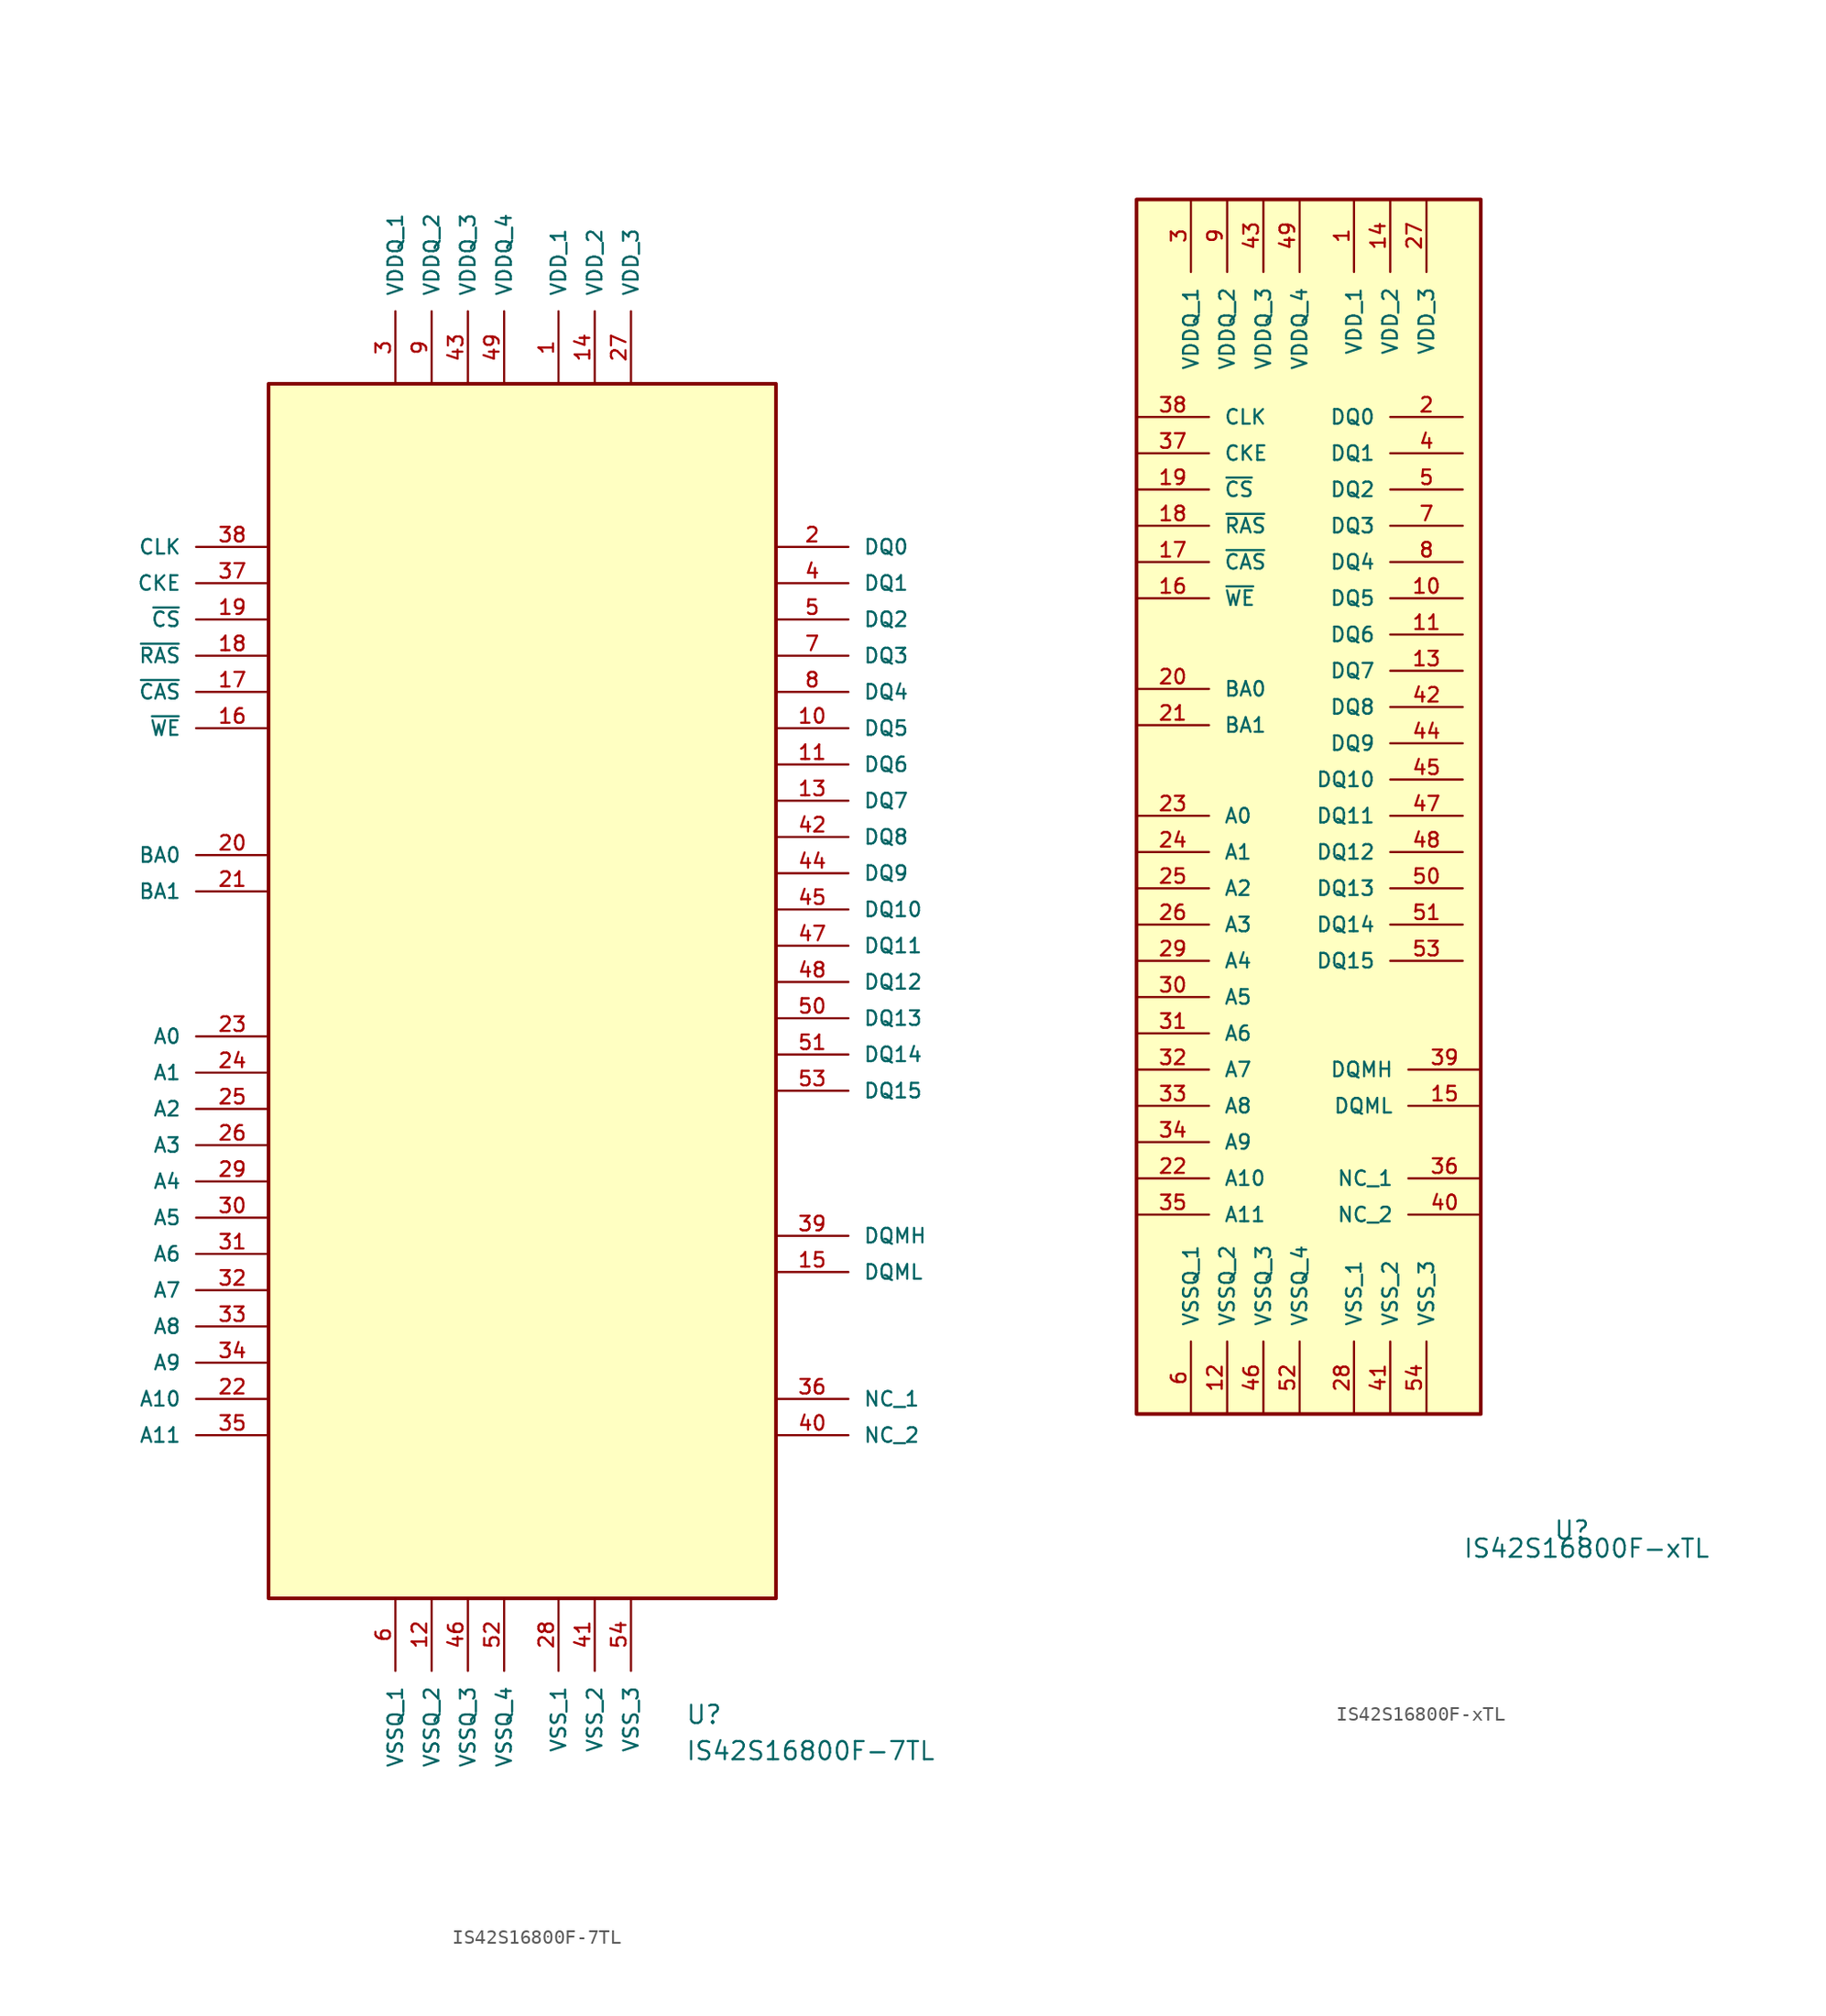
<source format=kicad_sym>
(kicad_symbol_lib
  (version 20220914)
  (generator kicad_symbol_editor)
  (symbol "IS42S16800F-7TL"
    (pin_names
      (offset 1.016))
    (property "Reference" "U"
      (at 10.16 -48.26 0)
      (effects (font (size 1.27 1.27)) (justify left bottom)))
    (property "Value" "IS42S16800F-7TL"
      (at 10.16 -50.8 0)
      (effects (font (size 1.27 1.27)) (justify left bottom)))
    (symbol "IS42S16800F-7TL_0_0"
      (rectangle (start -19.05 45.72) (end 16.51 -39.37) (stroke (width 0.254) (type solid)) (fill (type background)))
      (pin bidirectional line (at 1.27 45.72 90) (length 5.08) (name "VDD_1" (effects (font (size 1.016 1.016)))) (number "1" (effects (font (size 1.016 1.016)))))
      (pin bidirectional line (at 16.51 21.59 0) (length 5.08) (name "DQ5" (effects (font (size 1.016 1.016)))) (number "10" (effects (font (size 1.016 1.016)))))
      (pin bidirectional line (at 16.51 19.05 0) (length 5.08) (name "DQ6" (effects (font (size 1.016 1.016)))) (number "11" (effects (font (size 1.016 1.016)))))
      (pin bidirectional line (at -7.62 -39.37 270) (length 5.08) (name "VSSQ_2" (effects (font (size 1.016 1.016)))) (number "12" (effects (font (size 1.016 1.016)))))
      (pin bidirectional line (at 16.51 16.51 0) (length 5.08) (name "DQ7" (effects (font (size 1.016 1.016)))) (number "13" (effects (font (size 1.016 1.016)))))
      (pin bidirectional line (at 3.81 45.72 90) (length 5.08) (name "VDD_2" (effects (font (size 1.016 1.016)))) (number "14" (effects (font (size 1.016 1.016)))))
      (pin bidirectional line (at 16.51 -16.51 0) (length 5.08) (name "DQML" (effects (font (size 1.016 1.016)))) (number "15" (effects (font (size 1.016 1.016)))))
      (pin bidirectional line (at -19.05 21.59 180) (length 5.08) (name "~{WE}" (effects (font (size 1.016 1.016)))) (number "16" (effects (font (size 1.016 1.016)))))
      (pin bidirectional line (at -19.05 24.13 180) (length 5.08) (name "~{CAS}" (effects (font (size 1.016 1.016)))) (number "17" (effects (font (size 1.016 1.016)))))
      (pin bidirectional line (at -19.05 26.67 180) (length 5.08) (name "~{RAS}" (effects (font (size 1.016 1.016)))) (number "18" (effects (font (size 1.016 1.016)))))
      (pin bidirectional line (at -19.05 29.21 180) (length 5.08) (name "~{CS}" (effects (font (size 1.016 1.016)))) (number "19" (effects (font (size 1.016 1.016)))))
      (pin bidirectional line (at 16.51 34.29 0) (length 5.08) (name "DQ0" (effects (font (size 1.016 1.016)))) (number "2" (effects (font (size 1.016 1.016)))))
      (pin bidirectional line (at -19.05 12.7 180) (length 5.08) (name "BA0" (effects (font (size 1.016 1.016)))) (number "20" (effects (font (size 1.016 1.016)))))
      (pin bidirectional line (at -19.05 10.16 180) (length 5.08) (name "BA1" (effects (font (size 1.016 1.016)))) (number "21" (effects (font (size 1.016 1.016)))))
      (pin bidirectional line (at -19.05 -25.4 180) (length 5.08) (name "A10" (effects (font (size 1.016 1.016)))) (number "22" (effects (font (size 1.016 1.016)))))
      (pin bidirectional line (at -19.05 0 180) (length 5.08) (name "A0" (effects (font (size 1.016 1.016)))) (number "23" (effects (font (size 1.016 1.016)))))
      (pin bidirectional line (at -19.05 -2.54 180) (length 5.08) (name "A1" (effects (font (size 1.016 1.016)))) (number "24" (effects (font (size 1.016 1.016)))))
      (pin bidirectional line (at -19.05 -5.08 180) (length 5.08) (name "A2" (effects (font (size 1.016 1.016)))) (number "25" (effects (font (size 1.016 1.016)))))
      (pin bidirectional line (at -19.05 -7.62 180) (length 5.08) (name "A3" (effects (font (size 1.016 1.016)))) (number "26" (effects (font (size 1.016 1.016)))))
      (pin bidirectional line (at 6.35 45.72 90) (length 5.08) (name "VDD_3" (effects (font (size 1.016 1.016)))) (number "27" (effects (font (size 1.016 1.016)))))
      (pin bidirectional line (at 1.27 -39.37 270) (length 5.08) (name "VSS_1" (effects (font (size 1.016 1.016)))) (number "28" (effects (font (size 1.016 1.016)))))
      (pin bidirectional line (at -19.05 -10.16 180) (length 5.08) (name "A4" (effects (font (size 1.016 1.016)))) (number "29" (effects (font (size 1.016 1.016)))))
      (pin bidirectional line (at -10.16 45.72 90) (length 5.08) (name "VDDQ_1" (effects (font (size 1.016 1.016)))) (number "3" (effects (font (size 1.016 1.016)))))
      (pin bidirectional line (at -19.05 -12.7 180) (length 5.08) (name "A5" (effects (font (size 1.016 1.016)))) (number "30" (effects (font (size 1.016 1.016)))))
      (pin bidirectional line (at -19.05 -15.24 180) (length 5.08) (name "A6" (effects (font (size 1.016 1.016)))) (number "31" (effects (font (size 1.016 1.016)))))
      (pin bidirectional line (at -19.05 -17.78 180) (length 5.08) (name "A7" (effects (font (size 1.016 1.016)))) (number "32" (effects (font (size 1.016 1.016)))))
      (pin bidirectional line (at -19.05 -20.32 180) (length 5.08) (name "A8" (effects (font (size 1.016 1.016)))) (number "33" (effects (font (size 1.016 1.016)))))
      (pin bidirectional line (at -19.05 -22.86 180) (length 5.08) (name "A9" (effects (font (size 1.016 1.016)))) (number "34" (effects (font (size 1.016 1.016)))))
      (pin bidirectional line (at -19.05 -27.94 180) (length 5.08) (name "A11" (effects (font (size 1.016 1.016)))) (number "35" (effects (font (size 1.016 1.016)))))
      (pin bidirectional line (at 16.51 -25.4 0) (length 5.08) (name "NC_1" (effects (font (size 1.016 1.016)))) (number "36" (effects (font (size 1.016 1.016)))))
      (pin bidirectional line (at -19.05 31.75 180) (length 5.08) (name "CKE" (effects (font (size 1.016 1.016)))) (number "37" (effects (font (size 1.016 1.016)))))
      (pin bidirectional line (at -19.05 34.29 180) (length 5.08) (name "CLK" (effects (font (size 1.016 1.016)))) (number "38" (effects (font (size 1.016 1.016)))))
      (pin bidirectional line (at 16.51 -13.97 0) (length 5.08) (name "DQMH" (effects (font (size 1.016 1.016)))) (number "39" (effects (font (size 1.016 1.016)))))
      (pin bidirectional line (at 16.51 31.75 0) (length 5.08) (name "DQ1" (effects (font (size 1.016 1.016)))) (number "4" (effects (font (size 1.016 1.016)))))
      (pin bidirectional line (at 16.51 -27.94 0) (length 5.08) (name "NC_2" (effects (font (size 1.016 1.016)))) (number "40" (effects (font (size 1.016 1.016)))))
      (pin bidirectional line (at 3.81 -39.37 270) (length 5.08) (name "VSS_2" (effects (font (size 1.016 1.016)))) (number "41" (effects (font (size 1.016 1.016)))))
      (pin bidirectional line (at 16.51 13.97 0) (length 5.08) (name "DQ8" (effects (font (size 1.016 1.016)))) (number "42" (effects (font (size 1.016 1.016)))))
      (pin bidirectional line (at -5.08 45.72 90) (length 5.08) (name "VDDQ_3" (effects (font (size 1.016 1.016)))) (number "43" (effects (font (size 1.016 1.016)))))
      (pin bidirectional line (at 16.51 11.43 0) (length 5.08) (name "DQ9" (effects (font (size 1.016 1.016)))) (number "44" (effects (font (size 1.016 1.016)))))
      (pin bidirectional line (at 16.51 8.89 0) (length 5.08) (name "DQ10" (effects (font (size 1.016 1.016)))) (number "45" (effects (font (size 1.016 1.016)))))
      (pin bidirectional line (at -5.08 -39.37 270) (length 5.08) (name "VSSQ_3" (effects (font (size 1.016 1.016)))) (number "46" (effects (font (size 1.016 1.016)))))
      (pin bidirectional line (at 16.51 6.35 0) (length 5.08) (name "DQ11" (effects (font (size 1.016 1.016)))) (number "47" (effects (font (size 1.016 1.016)))))
      (pin bidirectional line (at 16.51 3.81 0) (length 5.08) (name "DQ12" (effects (font (size 1.016 1.016)))) (number "48" (effects (font (size 1.016 1.016)))))
      (pin bidirectional line (at -2.54 45.72 90) (length 5.08) (name "VDDQ_4" (effects (font (size 1.016 1.016)))) (number "49" (effects (font (size 1.016 1.016)))))
      (pin bidirectional line (at 16.51 29.21 0) (length 5.08) (name "DQ2" (effects (font (size 1.016 1.016)))) (number "5" (effects (font (size 1.016 1.016)))))
      (pin bidirectional line (at 16.51 1.27 0) (length 5.08) (name "DQ13" (effects (font (size 1.016 1.016)))) (number "50" (effects (font (size 1.016 1.016)))))
      (pin bidirectional line (at 16.51 -1.27 0) (length 5.08) (name "DQ14" (effects (font (size 1.016 1.016)))) (number "51" (effects (font (size 1.016 1.016)))))
      (pin bidirectional line (at -2.54 -39.37 270) (length 5.08) (name "VSSQ_4" (effects (font (size 1.016 1.016)))) (number "52" (effects (font (size 1.016 1.016)))))
      (pin bidirectional line (at 16.51 -3.81 0) (length 5.08) (name "DQ15" (effects (font (size 1.016 1.016)))) (number "53" (effects (font (size 1.016 1.016)))))
      (pin bidirectional line (at 6.35 -39.37 270) (length 5.08) (name "VSS_3" (effects (font (size 1.016 1.016)))) (number "54" (effects (font (size 1.016 1.016)))))
      (pin bidirectional line (at -10.16 -39.37 270) (length 5.08) (name "VSSQ_1" (effects (font (size 1.016 1.016)))) (number "6" (effects (font (size 1.016 1.016)))))
      (pin bidirectional line (at 16.51 26.67 0) (length 5.08) (name "DQ3" (effects (font (size 1.016 1.016)))) (number "7" (effects (font (size 1.016 1.016)))))
      (pin bidirectional line (at 16.51 24.13 0) (length 5.08) (name "DQ4" (effects (font (size 1.016 1.016)))) (number "8" (effects (font (size 1.016 1.016)))))
      (pin bidirectional line (at -7.62 45.72 90) (length 5.08) (name "VDDQ_2" (effects (font (size 1.016 1.016)))) (number "9" (effects (font (size 1.016 1.016)))))))
  (symbol "IS42S16800F-xTL"
    (pin_names
      (offset 1.016))
    (property "Reference" "U"
      (at 16.51 -49.53 0)
      (effects (font (size 1.27 1.27)) (justify left bottom)))
    (property "Value" "IS42S16800F-xTL"
      (at 10.16 -50.8 0)
      (effects (font (size 1.27 1.27)) (justify left bottom)))
    (symbol "IS42S16800F-xTL_0_0"
      (rectangle (start -12.7 44.45) (end 11.43 -40.64) (stroke (width 0.254) (type solid)) (fill (type background)))
      (pin bidirectional line (at 2.54 44.45 270) (length 5.08) (name "VDD_1" (effects (font (size 1.016 1.016)))) (number "1" (effects (font (size 1.016 1.016)))))
      (pin bidirectional line (at 10.16 16.51 180) (length 5.08) (name "DQ5" (effects (font (size 1.016 1.016)))) (number "10" (effects (font (size 1.016 1.016)))))
      (pin bidirectional line (at 10.16 13.97 180) (length 5.08) (name "DQ6" (effects (font (size 1.016 1.016)))) (number "11" (effects (font (size 1.016 1.016)))))
      (pin bidirectional line (at -6.35 -40.64 90) (length 5.08) (name "VSSQ_2" (effects (font (size 1.016 1.016)))) (number "12" (effects (font (size 1.016 1.016)))))
      (pin bidirectional line (at 10.16 11.43 180) (length 5.08) (name "DQ7" (effects (font (size 1.016 1.016)))) (number "13" (effects (font (size 1.016 1.016)))))
      (pin bidirectional line (at 5.08 44.45 270) (length 5.08) (name "VDD_2" (effects (font (size 1.016 1.016)))) (number "14" (effects (font (size 1.016 1.016)))))
      (pin bidirectional line (at 11.43 -19.05 180) (length 5.08) (name "DQML" (effects (font (size 1.016 1.016)))) (number "15" (effects (font (size 1.016 1.016)))))
      (pin bidirectional line (at -12.7 16.51 0) (length 5.08) (name "~{WE}" (effects (font (size 1.016 1.016)))) (number "16" (effects (font (size 1.016 1.016)))))
      (pin bidirectional line (at -12.7 19.05 0) (length 5.08) (name "~{CAS}" (effects (font (size 1.016 1.016)))) (number "17" (effects (font (size 1.016 1.016)))))
      (pin bidirectional line (at -12.7 21.59 0) (length 5.08) (name "~{RAS}" (effects (font (size 1.016 1.016)))) (number "18" (effects (font (size 1.016 1.016)))))
      (pin bidirectional line (at -12.7 24.13 0) (length 5.08) (name "~{CS}" (effects (font (size 1.016 1.016)))) (number "19" (effects (font (size 1.016 1.016)))))
      (pin bidirectional line (at 10.16 29.21 180) (length 5.08) (name "DQ0" (effects (font (size 1.016 1.016)))) (number "2" (effects (font (size 1.016 1.016)))))
      (pin bidirectional line (at -12.7 10.16 0) (length 5.08) (name "BA0" (effects (font (size 1.016 1.016)))) (number "20" (effects (font (size 1.016 1.016)))))
      (pin bidirectional line (at -12.7 7.62 0) (length 5.08) (name "BA1" (effects (font (size 1.016 1.016)))) (number "21" (effects (font (size 1.016 1.016)))))
      (pin bidirectional line (at -12.7 -24.13 0) (length 5.08) (name "A10" (effects (font (size 1.016 1.016)))) (number "22" (effects (font (size 1.016 1.016)))))
      (pin bidirectional line (at -12.7 1.27 0) (length 5.08) (name "A0" (effects (font (size 1.016 1.016)))) (number "23" (effects (font (size 1.016 1.016)))))
      (pin bidirectional line (at -12.7 -1.27 0) (length 5.08) (name "A1" (effects (font (size 1.016 1.016)))) (number "24" (effects (font (size 1.016 1.016)))))
      (pin bidirectional line (at -12.7 -3.81 0) (length 5.08) (name "A2" (effects (font (size 1.016 1.016)))) (number "25" (effects (font (size 1.016 1.016)))))
      (pin bidirectional line (at -12.7 -6.35 0) (length 5.08) (name "A3" (effects (font (size 1.016 1.016)))) (number "26" (effects (font (size 1.016 1.016)))))
      (pin bidirectional line (at 7.62 44.45 270) (length 5.08) (name "VDD_3" (effects (font (size 1.016 1.016)))) (number "27" (effects (font (size 1.016 1.016)))))
      (pin bidirectional line (at 2.54 -40.64 90) (length 5.08) (name "VSS_1" (effects (font (size 1.016 1.016)))) (number "28" (effects (font (size 1.016 1.016)))))
      (pin bidirectional line (at -12.7 -8.89 0) (length 5.08) (name "A4" (effects (font (size 1.016 1.016)))) (number "29" (effects (font (size 1.016 1.016)))))
      (pin bidirectional line (at -8.89 44.45 270) (length 5.08) (name "VDDQ_1" (effects (font (size 1.016 1.016)))) (number "3" (effects (font (size 1.016 1.016)))))
      (pin bidirectional line (at -12.7 -11.43 0) (length 5.08) (name "A5" (effects (font (size 1.016 1.016)))) (number "30" (effects (font (size 1.016 1.016)))))
      (pin bidirectional line (at -12.7 -13.97 0) (length 5.08) (name "A6" (effects (font (size 1.016 1.016)))) (number "31" (effects (font (size 1.016 1.016)))))
      (pin bidirectional line (at -12.7 -16.51 0) (length 5.08) (name "A7" (effects (font (size 1.016 1.016)))) (number "32" (effects (font (size 1.016 1.016)))))
      (pin bidirectional line (at -12.7 -19.05 0) (length 5.08) (name "A8" (effects (font (size 1.016 1.016)))) (number "33" (effects (font (size 1.016 1.016)))))
      (pin bidirectional line (at -12.7 -21.59 0) (length 5.08) (name "A9" (effects (font (size 1.016 1.016)))) (number "34" (effects (font (size 1.016 1.016)))))
      (pin bidirectional line (at -12.7 -26.67 0) (length 5.08) (name "A11" (effects (font (size 1.016 1.016)))) (number "35" (effects (font (size 1.016 1.016)))))
      (pin bidirectional line (at 11.43 -24.13 180) (length 5.08) (name "NC_1" (effects (font (size 1.016 1.016)))) (number "36" (effects (font (size 1.016 1.016)))))
      (pin bidirectional line (at -12.7 26.67 0) (length 5.08) (name "CKE" (effects (font (size 1.016 1.016)))) (number "37" (effects (font (size 1.016 1.016)))))
      (pin bidirectional line (at -12.7 29.21 0) (length 5.08) (name "CLK" (effects (font (size 1.016 1.016)))) (number "38" (effects (font (size 1.016 1.016)))))
      (pin bidirectional line (at 11.43 -16.51 180) (length 5.08) (name "DQMH" (effects (font (size 1.016 1.016)))) (number "39" (effects (font (size 1.016 1.016)))))
      (pin bidirectional line (at 10.16 26.67 180) (length 5.08) (name "DQ1" (effects (font (size 1.016 1.016)))) (number "4" (effects (font (size 1.016 1.016)))))
      (pin bidirectional line (at 11.43 -26.67 180) (length 5.08) (name "NC_2" (effects (font (size 1.016 1.016)))) (number "40" (effects (font (size 1.016 1.016)))))
      (pin bidirectional line (at 5.08 -40.64 90) (length 5.08) (name "VSS_2" (effects (font (size 1.016 1.016)))) (number "41" (effects (font (size 1.016 1.016)))))
      (pin bidirectional line (at 10.16 8.89 180) (length 5.08) (name "DQ8" (effects (font (size 1.016 1.016)))) (number "42" (effects (font (size 1.016 1.016)))))
      (pin bidirectional line (at -3.81 44.45 270) (length 5.08) (name "VDDQ_3" (effects (font (size 1.016 1.016)))) (number "43" (effects (font (size 1.016 1.016)))))
      (pin bidirectional line (at 10.16 6.35 180) (length 5.08) (name "DQ9" (effects (font (size 1.016 1.016)))) (number "44" (effects (font (size 1.016 1.016)))))
      (pin bidirectional line (at 10.16 3.81 180) (length 5.08) (name "DQ10" (effects (font (size 1.016 1.016)))) (number "45" (effects (font (size 1.016 1.016)))))
      (pin bidirectional line (at -3.81 -40.64 90) (length 5.08) (name "VSSQ_3" (effects (font (size 1.016 1.016)))) (number "46" (effects (font (size 1.016 1.016)))))
      (pin bidirectional line (at 10.16 1.27 180) (length 5.08) (name "DQ11" (effects (font (size 1.016 1.016)))) (number "47" (effects (font (size 1.016 1.016)))))
      (pin bidirectional line (at 10.16 -1.27 180) (length 5.08) (name "DQ12" (effects (font (size 1.016 1.016)))) (number "48" (effects (font (size 1.016 1.016)))))
      (pin bidirectional line (at -1.27 44.45 270) (length 5.08) (name "VDDQ_4" (effects (font (size 1.016 1.016)))) (number "49" (effects (font (size 1.016 1.016)))))
      (pin bidirectional line (at 10.16 24.13 180) (length 5.08) (name "DQ2" (effects (font (size 1.016 1.016)))) (number "5" (effects (font (size 1.016 1.016)))))
      (pin bidirectional line (at 10.16 -3.81 180) (length 5.08) (name "DQ13" (effects (font (size 1.016 1.016)))) (number "50" (effects (font (size 1.016 1.016)))))
      (pin bidirectional line (at 10.16 -6.35 180) (length 5.08) (name "DQ14" (effects (font (size 1.016 1.016)))) (number "51" (effects (font (size 1.016 1.016)))))
      (pin bidirectional line (at -1.27 -40.64 90) (length 5.08) (name "VSSQ_4" (effects (font (size 1.016 1.016)))) (number "52" (effects (font (size 1.016 1.016)))))
      (pin bidirectional line (at 10.16 -8.89 180) (length 5.08) (name "DQ15" (effects (font (size 1.016 1.016)))) (number "53" (effects (font (size 1.016 1.016)))))
      (pin bidirectional line (at 7.62 -40.64 90) (length 5.08) (name "VSS_3" (effects (font (size 1.016 1.016)))) (number "54" (effects (font (size 1.016 1.016)))))
      (pin bidirectional line (at -8.89 -40.64 90) (length 5.08) (name "VSSQ_1" (effects (font (size 1.016 1.016)))) (number "6" (effects (font (size 1.016 1.016)))))
      (pin bidirectional line (at 10.16 21.59 180) (length 5.08) (name "DQ3" (effects (font (size 1.016 1.016)))) (number "7" (effects (font (size 1.016 1.016)))))
      (pin bidirectional line (at 10.16 19.05 180) (length 5.08) (name "DQ4" (effects (font (size 1.016 1.016)))) (number "8" (effects (font (size 1.016 1.016)))))
      (pin bidirectional line (at -6.35 44.45 270) (length 5.08) (name "VDDQ_2" (effects (font (size 1.016 1.016)))) (number "9" (effects (font (size 1.016 1.016))))))))
</source>
